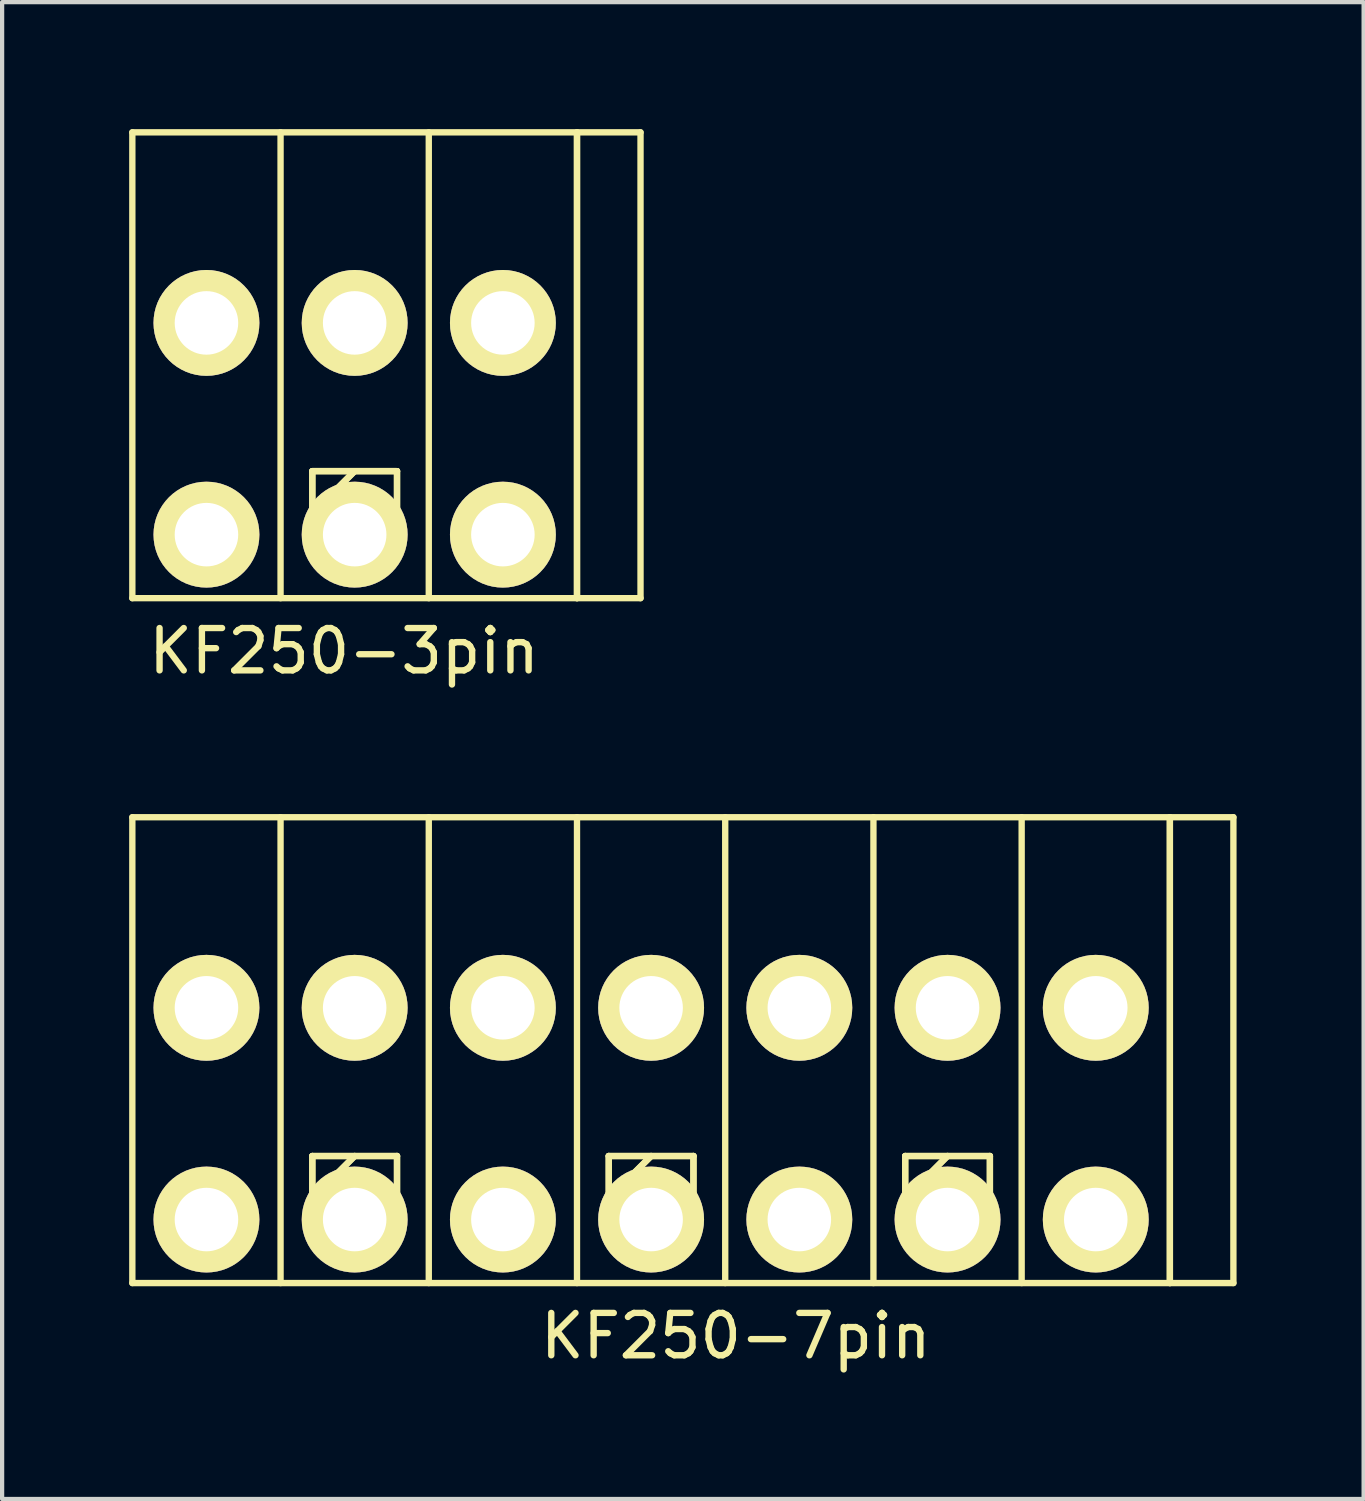
<source format=kicad_pcb>
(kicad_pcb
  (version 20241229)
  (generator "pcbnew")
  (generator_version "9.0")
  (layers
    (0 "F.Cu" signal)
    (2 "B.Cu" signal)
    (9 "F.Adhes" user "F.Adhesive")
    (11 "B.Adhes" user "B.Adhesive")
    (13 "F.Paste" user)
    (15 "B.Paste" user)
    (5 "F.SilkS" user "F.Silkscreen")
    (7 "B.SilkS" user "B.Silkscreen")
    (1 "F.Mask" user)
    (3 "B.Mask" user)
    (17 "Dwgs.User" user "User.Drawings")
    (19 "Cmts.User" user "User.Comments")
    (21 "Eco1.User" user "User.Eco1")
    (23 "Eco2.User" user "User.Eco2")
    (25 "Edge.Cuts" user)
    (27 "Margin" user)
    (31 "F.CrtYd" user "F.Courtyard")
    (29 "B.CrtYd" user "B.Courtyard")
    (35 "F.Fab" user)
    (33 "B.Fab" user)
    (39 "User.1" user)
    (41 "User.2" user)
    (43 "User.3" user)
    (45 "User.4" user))
  (footprint "KF250-7pin"
    (layer "F.Cu")
    (at 14.325 23.248)
    (property "Reference" "KF250-7pin" (at 0 5.25 0) (layer "F.SilkS") (effects (font (size 1 1) (thickness 0.15))))
    (attr through_hole)
    (fp_line (start -14.25 -7) (end -14.25 4) (stroke (width 0.15) (type solid)) (layer "F.SilkS"))
    (fp_line (start -14.25 -7) (end 11.75 -7) (stroke (width 0.15) (type solid)) (layer "F.SilkS"))
    (fp_line (start -10.75 -7) (end -10.75 4) (stroke (width 0.15) (type solid)) (layer "F.SilkS"))
    (fp_line (start -10 1) (end -10 3) (stroke (width 0.15) (type solid)) (layer "F.SilkS"))
    (fp_line (start -10 1) (end -10 3) (stroke (width 0.15) (type solid)) (layer "F.SilkS"))
    (fp_line (start -10 3) (end -8 3) (stroke (width 0.15) (type solid)) (layer "F.SilkS"))
    (fp_line (start -10 3) (end -8 3) (stroke (width 0.15) (type solid)) (layer "F.SilkS"))
    (fp_line (start -9 1) (end -10 2) (stroke (width 0.15) (type solid)) (layer "F.SilkS"))
    (fp_line (start -9 1) (end -10 2) (stroke (width 0.15) (type solid)) (layer "F.SilkS"))
    (fp_line (start -8 1) (end -10 1) (stroke (width 0.15) (type solid)) (layer "F.SilkS"))
    (fp_line (start -8 1) (end -10 1) (stroke (width 0.15) (type solid)) (layer "F.SilkS"))
    (fp_line (start -8 3) (end -8 1) (stroke (width 0.15) (type solid)) (layer "F.SilkS"))
    (fp_line (start -8 3) (end -8 1) (stroke (width 0.15) (type solid)) (layer "F.SilkS"))
    (fp_line (start -7.25 -7) (end -7.25 4) (stroke (width 0.15) (type solid)) (layer "F.SilkS"))
    (fp_line (start -3.75 -7) (end -3.75 4) (stroke (width 0.15) (type solid)) (layer "F.SilkS"))
    (fp_line (start -3 1) (end -3 3) (stroke (width 0.15) (type solid)) (layer "F.SilkS"))
    (fp_line (start -3 1) (end -3 3) (stroke (width 0.15) (type solid)) (layer "F.SilkS"))
    (fp_line (start -3 3) (end -1 3) (stroke (width 0.15) (type solid)) (layer "F.SilkS"))
    (fp_line (start -3 3) (end -1 3) (stroke (width 0.15) (type solid)) (layer "F.SilkS"))
    (fp_line (start -2 1) (end -3 2) (stroke (width 0.15) (type solid)) (layer "F.SilkS"))
    (fp_line (start -2 1) (end -3 2) (stroke (width 0.15) (type solid)) (layer "F.SilkS"))
    (fp_line (start -1 1) (end -3 1) (stroke (width 0.15) (type solid)) (layer "F.SilkS"))
    (fp_line (start -1 1) (end -3 1) (stroke (width 0.15) (type solid)) (layer "F.SilkS"))
    (fp_line (start -1 3) (end -1 1) (stroke (width 0.15) (type solid)) (layer "F.SilkS"))
    (fp_line (start -1 3) (end -1 1) (stroke (width 0.15) (type solid)) (layer "F.SilkS"))
    (fp_line (start -0.25 -7) (end -0.25 4) (stroke (width 0.15) (type solid)) (layer "F.SilkS"))
    (fp_line (start 3.25 -7) (end 3.25 4) (stroke (width 0.15) (type solid)) (layer "F.SilkS"))
    (fp_line (start 4 1) (end 4 3) (stroke (width 0.15) (type solid)) (layer "F.SilkS"))
    (fp_line (start 4 1) (end 4 3) (stroke (width 0.15) (type solid)) (layer "F.SilkS"))
    (fp_line (start 4 3) (end 6 3) (stroke (width 0.15) (type solid)) (layer "F.SilkS"))
    (fp_line (start 4 3) (end 6 3) (stroke (width 0.15) (type solid)) (layer "F.SilkS"))
    (fp_line (start 5 1) (end 4 2) (stroke (width 0.15) (type solid)) (layer "F.SilkS"))
    (fp_line (start 5 1) (end 4 2) (stroke (width 0.15) (type solid)) (layer "F.SilkS"))
    (fp_line (start 6 1) (end 4 1) (stroke (width 0.15) (type solid)) (layer "F.SilkS"))
    (fp_line (start 6 1) (end 4 1) (stroke (width 0.15) (type solid)) (layer "F.SilkS"))
    (fp_line (start 6 3) (end 6 1) (stroke (width 0.15) (type solid)) (layer "F.SilkS"))
    (fp_line (start 6 3) (end 6 1) (stroke (width 0.15) (type solid)) (layer "F.SilkS"))
    (fp_line (start 6.75 -7) (end 6.75 4) (stroke (width 0.15) (type solid)) (layer "F.SilkS"))
    (fp_line (start 10.25 -7) (end 10.25 4) (stroke (width 0.15) (type solid)) (layer "F.SilkS"))
    (fp_line (start 10.25 -7) (end 10.25 4) (stroke (width 0.15) (type solid)) (layer "F.SilkS"))
    (fp_line (start 11.75 -7) (end 11.75 4) (stroke (width 0.15) (type solid)) (layer "F.SilkS"))
    (fp_line (start 11.75 4) (end -14.25 4) (stroke (width 0.15) (type solid)) (layer "F.SilkS"))
    (fp_circle (center -12.5 -2.5) (end -12 -2) (stroke (width 0.15) (type solid)) (fill no) (layer "F.SilkS"))
    (fp_circle (center -5.5 -2.5) (end -5 -2) (stroke (width 0.15) (type solid)) (fill no) (layer "F.SilkS"))
    (fp_circle (center 1.5 -2.5) (end 2 -2) (stroke (width 0.15) (type solid)) (fill no) (layer "F.SilkS"))
    (fp_circle (center 8.5 -2.5) (end 9 -2) (stroke (width 0.15) (type solid)) (fill no) (layer "F.SilkS"))
    (pad "1" thru_hole circle (at 8.5 -2.5) (size 2.5 2.5) (drill 1.5) (layers "*.Cu" "*.Mask" "F.SilkS"))
    (pad "1" thru_hole circle (at 8.5 2.5) (size 2.5 2.5) (drill 1.5) (layers "*.Cu" "*.Mask" "F.SilkS"))
    (pad "2" thru_hole circle (at 5 -2.5) (size 2.5 2.5) (drill 1.5) (layers "*.Cu" "*.Mask" "F.SilkS"))
    (pad "2" thru_hole circle (at 5 2.5) (size 2.5 2.5) (drill 1.5) (layers "*.Cu" "*.Mask" "F.SilkS"))
    (pad "3" thru_hole circle (at 1.5 -2.5) (size 2.5 2.5) (drill 1.5) (layers "*.Cu" "*.Mask" "F.SilkS"))
    (pad "3" thru_hole circle (at 1.5 2.5) (size 2.5 2.5) (drill 1.5) (layers "*.Cu" "*.Mask" "F.SilkS"))
    (pad "4" thru_hole circle (at -2 -2.5) (size 2.5 2.5) (drill 1.5) (layers "*.Cu" "*.Mask" "F.SilkS"))
    (pad "4" thru_hole circle (at -2 2.5) (size 2.5 2.5) (drill 1.5) (layers "*.Cu" "*.Mask" "F.SilkS"))
    (pad "5" thru_hole circle (at -5.5 -2.5) (size 2.5 2.5) (drill 1.5) (layers "*.Cu" "*.Mask" "F.SilkS"))
    (pad "5" thru_hole circle (at -5.5 2.5) (size 2.5 2.5) (drill 1.5) (layers "*.Cu" "*.Mask" "F.SilkS"))
    (pad "6" thru_hole circle (at -9 -2.5) (size 2.5 2.5) (drill 1.5) (layers "*.Cu" "*.Mask" "F.SilkS"))
    (pad "6" thru_hole circle (at -9 2.5) (size 2.5 2.5) (drill 1.5) (layers "*.Cu" "*.Mask" "F.SilkS"))
    (pad "7" thru_hole circle (at -12.5 -2.5) (size 2.5 2.5) (drill 1.5) (layers "*.Cu" "*.Mask" "F.SilkS"))
    (pad "7" thru_hole circle (at -12.5 2.5) (size 2.5 2.5) (drill 1.5) (layers "*.Cu" "*.Mask" "F.SilkS")))
  (footprint "KF250-3pin"
    (layer "F.Cu")
    (at 5.075 7.075)
    (property "Reference" "KF250-3pin" (at 0 5.25 0) (layer "F.SilkS") (effects (font (size 1 1) (thickness 0.15))))
    (attr through_hole)
    (fp_line (start -5 -7) (end -5 4) (stroke (width 0.15) (type solid)) (layer "F.SilkS"))
    (fp_line (start -5 -7) (end 7 -7) (stroke (width 0.15) (type solid)) (layer "F.SilkS"))
    (fp_line (start -5 4) (end 7 4) (stroke (width 0.15) (type solid)) (layer "F.SilkS"))
    (fp_line (start -1.5 -7) (end -1.5 4) (stroke (width 0.15) (type solid)) (layer "F.SilkS"))
    (fp_line (start -0.75 1) (end -0.75 3) (stroke (width 0.15) (type solid)) (layer "F.SilkS"))
    (fp_line (start -0.75 1) (end -0.75 3) (stroke (width 0.15) (type solid)) (layer "F.SilkS"))
    (fp_line (start -0.75 3) (end 1.25 3) (stroke (width 0.15) (type solid)) (layer "F.SilkS"))
    (fp_line (start -0.75 3) (end 1.25 3) (stroke (width 0.15) (type solid)) (layer "F.SilkS"))
    (fp_line (start 0.25 1) (end -0.75 2) (stroke (width 0.15) (type solid)) (layer "F.SilkS"))
    (fp_line (start 0.25 1) (end -0.75 2) (stroke (width 0.15) (type solid)) (layer "F.SilkS"))
    (fp_line (start 1.25 1) (end -0.75 1) (stroke (width 0.15) (type solid)) (layer "F.SilkS"))
    (fp_line (start 1.25 1) (end -0.75 1) (stroke (width 0.15) (type solid)) (layer "F.SilkS"))
    (fp_line (start 1.25 3) (end 1.25 1) (stroke (width 0.15) (type solid)) (layer "F.SilkS"))
    (fp_line (start 1.25 3) (end 1.25 1) (stroke (width 0.15) (type solid)) (layer "F.SilkS"))
    (fp_line (start 2 -7) (end 2 4) (stroke (width 0.15) (type solid)) (layer "F.SilkS"))
    (fp_line (start 5.5 -7) (end 5.5 4) (stroke (width 0.15) (type solid)) (layer "F.SilkS"))
    (fp_line (start 5.5 -7) (end 5.5 4) (stroke (width 0.15) (type solid)) (layer "F.SilkS"))
    (fp_line (start 7 -7) (end 7 4) (stroke (width 0.15) (type solid)) (layer "F.SilkS"))
    (fp_circle (center -3.25 -2.5) (end -2.75 -2) (stroke (width 0.15) (type solid)) (fill no) (layer "F.SilkS"))
    (fp_circle (center 3.75 -2.5) (end 4.25 -2) (stroke (width 0.15) (type solid)) (fill no) (layer "F.SilkS"))
    (pad "1" thru_hole circle (at 3.75 -2.5) (size 2.5 2.5) (drill 1.5) (layers "*.Cu" "*.Mask" "F.SilkS"))
    (pad "1" thru_hole circle (at 3.75 2.5) (size 2.5 2.5) (drill 1.5) (layers "*.Cu" "*.Mask" "F.SilkS"))
    (pad "2" thru_hole circle (at 0.25 -2.5) (size 2.5 2.5) (drill 1.5) (layers "*.Cu" "*.Mask" "F.SilkS"))
    (pad "2" thru_hole circle (at 0.25 2.5) (size 2.5 2.5) (drill 1.5) (layers "*.Cu" "*.Mask" "F.SilkS"))
    (pad "3" thru_hole circle (at -3.25 -2.5) (size 2.5 2.5) (drill 1.5) (layers "*.Cu" "*.Mask" "F.SilkS"))
    (pad "3" thru_hole circle (at -3.25 2.5) (size 2.5 2.5) (drill 1.5) (layers "*.Cu" "*.Mask" "F.SilkS")))
  (gr_rect
    (start -3 -3)
    (end 29.15 32.346)
    (stroke (width 0.1) (type default))
    (fill no)
    (layer "Edge.Cuts")))
</source>
